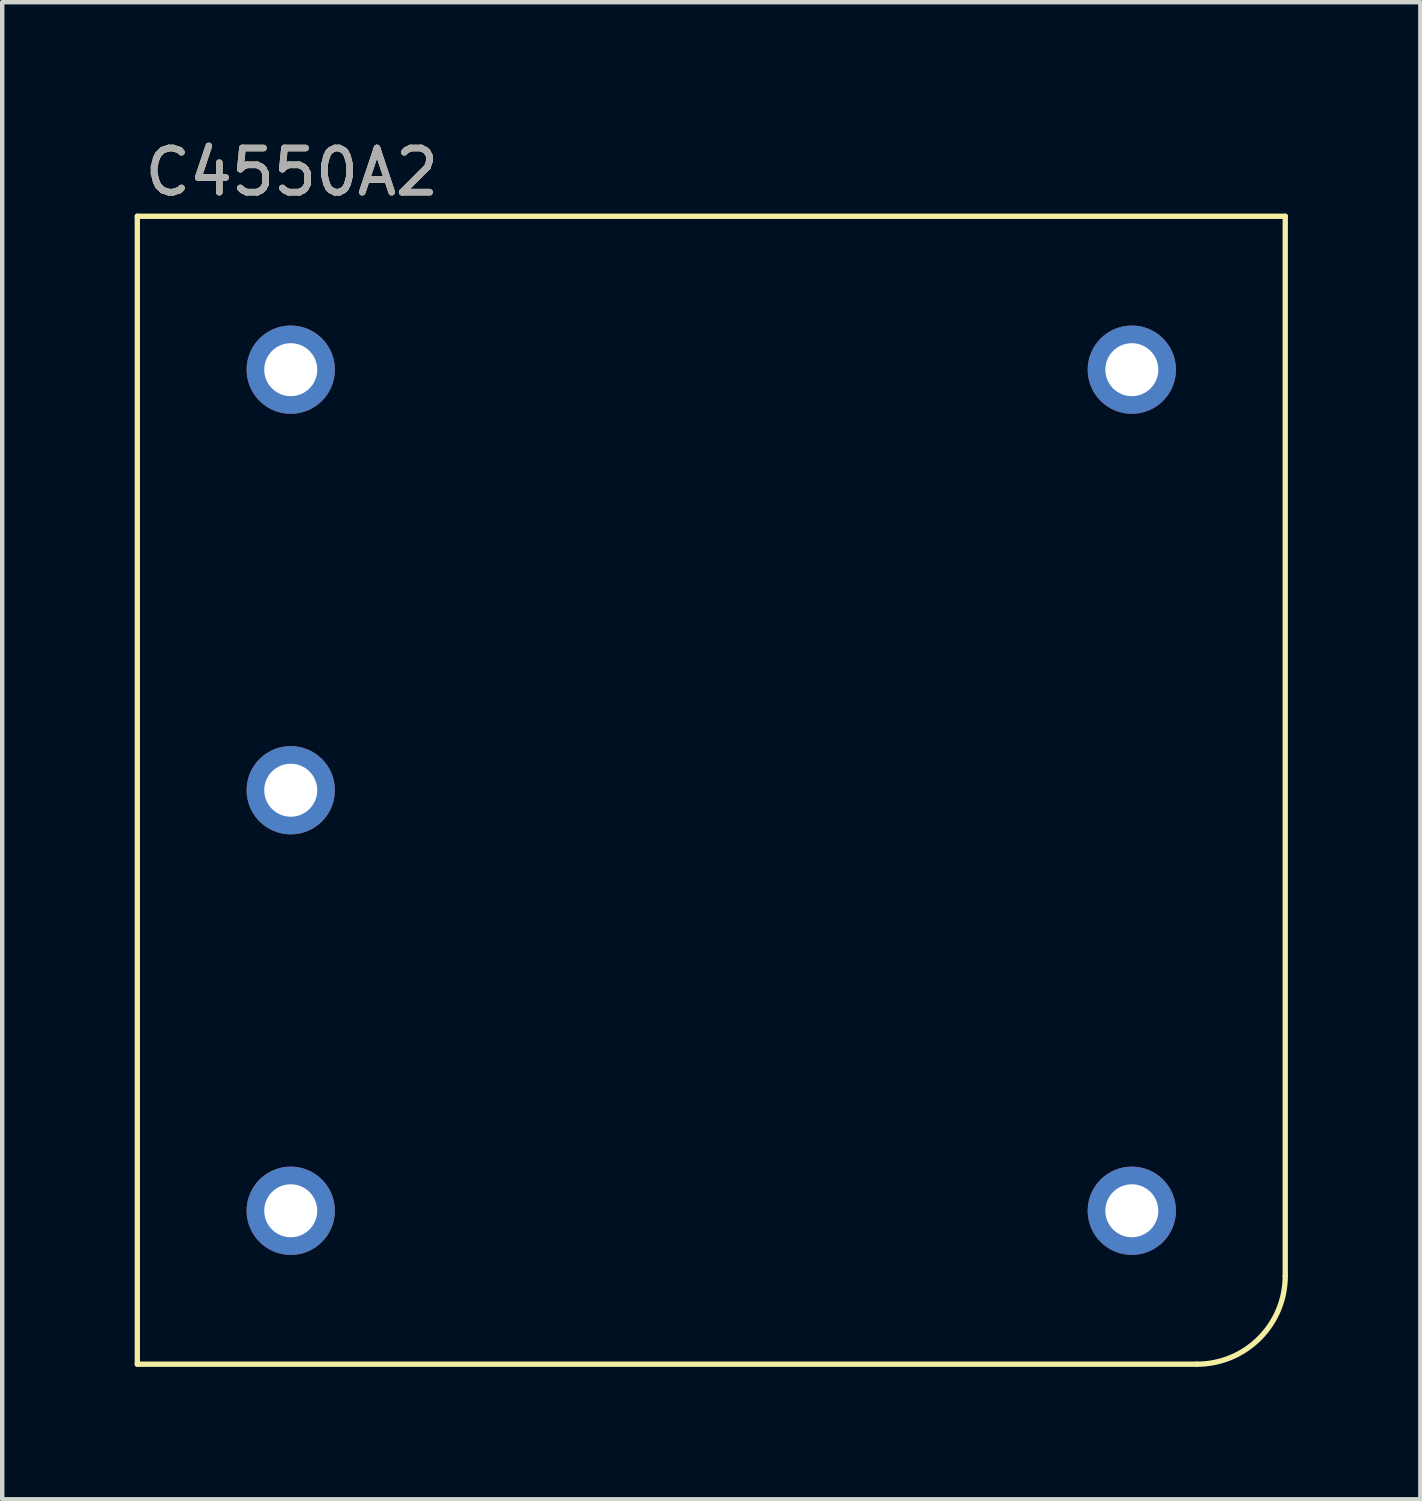
<source format=kicad_pcb>
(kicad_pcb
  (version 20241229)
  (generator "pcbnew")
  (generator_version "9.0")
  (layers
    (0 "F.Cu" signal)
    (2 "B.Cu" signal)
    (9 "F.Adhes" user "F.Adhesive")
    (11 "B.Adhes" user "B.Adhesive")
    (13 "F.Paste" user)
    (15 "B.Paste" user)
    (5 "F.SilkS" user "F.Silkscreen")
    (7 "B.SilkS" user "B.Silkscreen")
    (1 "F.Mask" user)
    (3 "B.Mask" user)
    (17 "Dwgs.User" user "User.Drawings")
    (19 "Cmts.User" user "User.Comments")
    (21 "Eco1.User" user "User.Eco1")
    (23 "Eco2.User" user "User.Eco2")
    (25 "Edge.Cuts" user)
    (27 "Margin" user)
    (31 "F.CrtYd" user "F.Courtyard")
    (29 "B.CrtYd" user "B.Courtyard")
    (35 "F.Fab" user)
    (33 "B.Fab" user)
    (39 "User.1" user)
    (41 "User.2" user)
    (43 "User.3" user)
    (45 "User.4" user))
  (footprint "C4550A2"
    (layer "F.Cu")
    (at 13.06 14.848)
    (property "Reference" "C4550A2" (at -9.5 -14 0) (unlocked yes) (layer "F.SilkS") (effects (font (size 1 1) (thickness 0.15))))
    (attr through_hole)
    (fp_line (start -13 -13) (end -13 13) (stroke (width 0.12) (type solid)) (layer "F.SilkS"))
    (fp_line (start -13 13) (end 11 13) (stroke (width 0.12) (type solid)) (layer "F.SilkS"))
    (fp_line (start 13 -13) (end -13 -13) (stroke (width 0.12) (type solid)) (layer "F.SilkS"))
    (fp_line (start 13 11) (end 13 -13) (stroke (width 0.12) (type solid)) (layer "F.SilkS"))
    (fp_arc (start 13 11) (mid 12.414214 12.414214) (end 11 13) (stroke (width 0.12) (type solid)) (layer "F.SilkS"))
    (fp_text user "${REFERENCE}" (at -9.5 -14 0) (unlocked yes) (layer "F.Fab") (effects (font (size 1 1) (thickness 0.15))))
    (pad "1" thru_hole circle (at -9.525 -9.525) (size 2 2) (drill 1.2) (layers "*.Cu" "*.Mask"))
    (pad "2" thru_hole circle (at -9.525 0) (size 2 2) (drill 1.2) (layers "*.Cu" "*.Mask"))
    (pad "3" thru_hole circle (at -9.525 9.525) (size 2 2) (drill 1.2) (layers "*.Cu" "*.Mask"))
    (pad "4" thru_hole circle (at 9.525 9.525) (size 2 2) (drill 1.2) (layers "*.Cu" "*.Mask"))
    (pad "5" thru_hole circle (at 9.525 -9.525) (size 2 2) (drill 1.2) (layers "*.Cu" "*.Mask")))
  (gr_rect
    (start -3 -3)
    (end 29.12 30.908)
    (stroke (width 0.1) (type default))
    (fill no)
    (layer "Edge.Cuts")))
</source>
